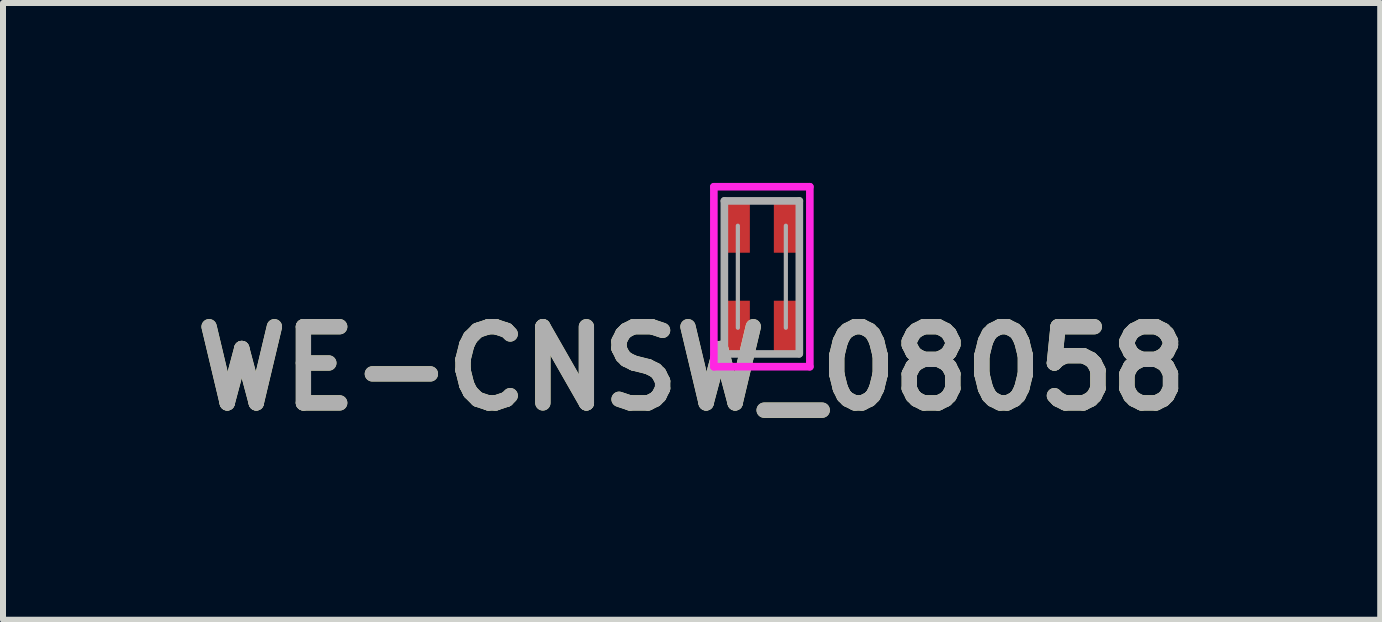
<source format=kicad_pcb>
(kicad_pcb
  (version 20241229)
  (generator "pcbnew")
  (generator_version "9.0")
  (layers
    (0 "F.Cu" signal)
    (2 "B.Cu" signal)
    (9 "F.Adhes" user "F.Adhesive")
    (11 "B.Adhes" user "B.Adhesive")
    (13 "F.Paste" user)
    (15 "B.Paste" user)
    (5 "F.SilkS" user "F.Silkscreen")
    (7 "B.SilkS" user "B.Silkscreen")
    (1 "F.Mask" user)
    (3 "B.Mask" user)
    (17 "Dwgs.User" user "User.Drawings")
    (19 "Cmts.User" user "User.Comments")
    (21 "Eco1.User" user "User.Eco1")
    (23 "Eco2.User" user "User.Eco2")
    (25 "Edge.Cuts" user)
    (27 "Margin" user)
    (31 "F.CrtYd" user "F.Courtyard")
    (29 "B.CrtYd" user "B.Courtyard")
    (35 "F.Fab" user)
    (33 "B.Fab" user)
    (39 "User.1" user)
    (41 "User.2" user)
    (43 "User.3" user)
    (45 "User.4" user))
  (footprint "WE-CNSW_08058"
    (layer "F.Cu")
    (at 9.65 1.563)
    (property "Reference" "WE-CNSW_08058" (at -1.171 1.529 0) (layer "F.SilkS") (effects (font (size 1.27 1.27) (thickness 0.254))))
    (attr smd)
    (fp_line (start -0.8 -1.5) (end -0.8 1.5) (stroke (width 0.127) (type solid)) (layer "F.CrtYd"))
    (fp_line (start -0.8 1.5) (end 0.8 1.5) (stroke (width 0.127) (type solid)) (layer "F.CrtYd"))
    (fp_line (start 0.8 -1.5) (end -0.8 -1.5) (stroke (width 0.127) (type solid)) (layer "F.CrtYd"))
    (fp_line (start 0.8 1.5) (end 0.8 -1.5) (stroke (width 0.127) (type solid)) (layer "F.CrtYd"))
    (fp_line (start -0.625 -1.264) (end 0.625 -1.264) (stroke (width 0.127) (type solid)) (layer "F.Fab"))
    (fp_line (start -0.625 1.287) (end -0.625 -1.264) (stroke (width 0.127) (type solid)) (layer "F.Fab"))
    (fp_line (start -0.4 -0.85) (end -0.4 0.85) (stroke (width 0.07) (type solid)) (layer "F.Fab"))
    (fp_line (start 0.4 -0.85) (end 0.4 0.85) (stroke (width 0.07) (type solid)) (layer "F.Fab"))
    (fp_line (start 0.62 1.287) (end -0.625 1.287) (stroke (width 0.127) (type solid)) (layer "F.Fab"))
    (fp_line (start 0.625 -1.264) (end 0.625 1.283) (stroke (width 0.127) (type solid)) (layer "F.Fab"))
    (fp_text user "${REFERENCE}" (at -1.171 1.529 0) (layer "F.Fab") (effects (font (size 1.27 1.27) (thickness 0.254))))
    (pad "1" smd rect (at -0.4 0.85) (size 0.4 0.9) (layers "F.Cu" "F.Mask" "F.Paste"))
    (pad "2" smd rect (at -0.4 -0.85) (size 0.4 0.9) (layers "F.Cu" "F.Mask" "F.Paste"))
    (pad "3" smd rect (at 0.4 -0.85) (size 0.4 0.9) (layers "F.Cu" "F.Mask" "F.Paste"))
    (pad "4" smd rect (at 0.4 0.85) (size 0.4 0.9) (layers "F.Cu" "F.Mask" "F.Paste")))
  (gr_rect
    (start -3 -3)
    (end 19.958 7.281)
    (stroke (width 0.1) (type default))
    (fill no)
    (layer "Edge.Cuts")))
</source>
